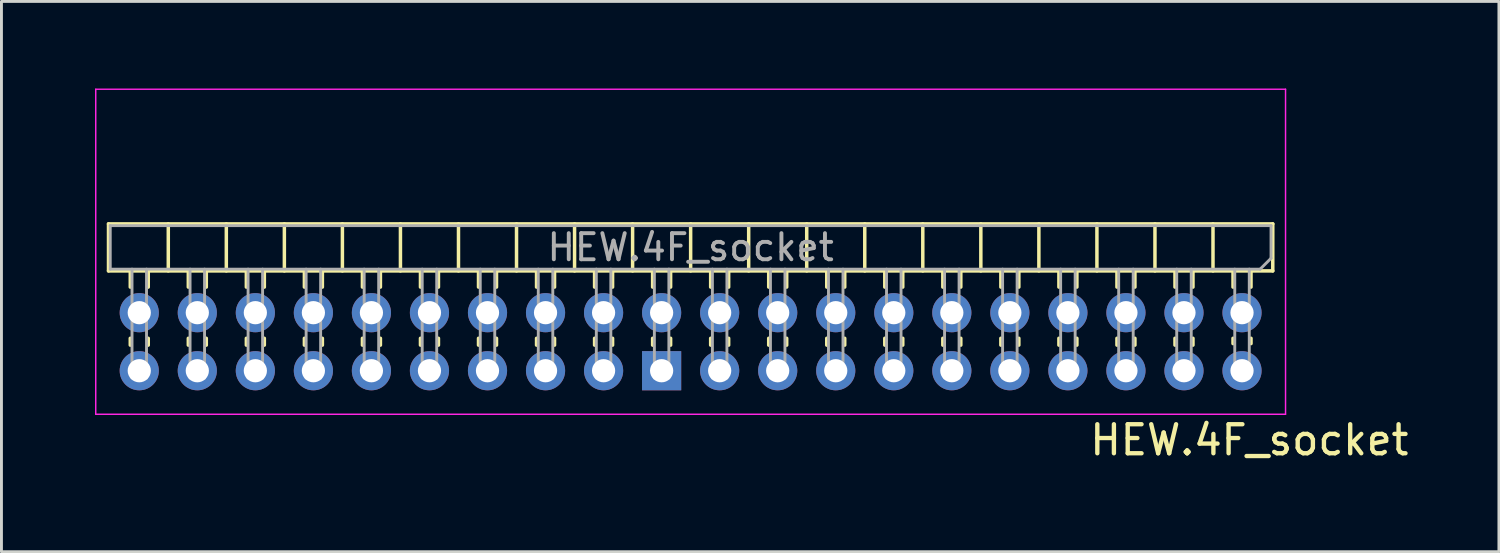
<source format=kicad_pcb>
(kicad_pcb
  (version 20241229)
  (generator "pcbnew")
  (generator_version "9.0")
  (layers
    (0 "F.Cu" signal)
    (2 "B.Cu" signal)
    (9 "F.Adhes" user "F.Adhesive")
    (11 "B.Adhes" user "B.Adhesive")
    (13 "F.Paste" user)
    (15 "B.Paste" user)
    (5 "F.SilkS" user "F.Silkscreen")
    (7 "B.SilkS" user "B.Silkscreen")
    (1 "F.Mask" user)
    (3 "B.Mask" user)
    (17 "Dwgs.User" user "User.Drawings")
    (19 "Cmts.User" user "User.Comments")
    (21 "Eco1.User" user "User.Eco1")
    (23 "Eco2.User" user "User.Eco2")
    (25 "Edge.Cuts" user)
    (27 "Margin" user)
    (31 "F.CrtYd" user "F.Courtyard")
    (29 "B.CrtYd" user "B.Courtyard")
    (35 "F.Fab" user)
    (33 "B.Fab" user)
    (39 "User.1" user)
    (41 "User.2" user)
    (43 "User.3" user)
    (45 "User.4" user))
  (footprint "HEW.4F_socket"
    (layer "F.Cu")
    (at 0.25 11.225)
    (property "Reference" "HEW.4F_socket" (at 39.751 0.889 0) (layer "F.SilkS") (effects (font (size 1 1) (thickness 0.15))))
    (attr through_hole)
    (fp_line (start 0.439 -6.56) (end 40.559 -6.56) (stroke (width 0.12) (type solid)) (layer "F.SilkS"))
    (fp_line (start 0.439 -4.94) (end 0.439 -6.56) (stroke (width 0.12) (type solid)) (layer "F.SilkS"))
    (fp_line (start 1.189 -4.382) (end 1.189 -4.94) (stroke (width 0.12) (type solid)) (layer "F.SilkS"))
    (fp_line (start 1.189 -2.382) (end 1.189 -2.618) (stroke (width 0.12) (type solid)) (layer "F.SilkS"))
    (fp_line (start 1.809 -4.382) (end 1.809 -4.94) (stroke (width 0.12) (type solid)) (layer "F.SilkS"))
    (fp_line (start 1.809 -2.382) (end 1.809 -2.618) (stroke (width 0.12) (type solid)) (layer "F.SilkS"))
    (fp_line (start 2.499 -4.94) (end 2.499 -6.56) (stroke (width 0.12) (type solid)) (layer "F.SilkS"))
    (fp_line (start 3.189 -4.382) (end 3.189 -4.94) (stroke (width 0.12) (type solid)) (layer "F.SilkS"))
    (fp_line (start 3.189 -2.382) (end 3.189 -2.618) (stroke (width 0.12) (type solid)) (layer "F.SilkS"))
    (fp_line (start 3.809 -4.382) (end 3.809 -4.94) (stroke (width 0.12) (type solid)) (layer "F.SilkS"))
    (fp_line (start 3.809 -2.382) (end 3.809 -2.618) (stroke (width 0.12) (type solid)) (layer "F.SilkS"))
    (fp_line (start 4.499 -4.94) (end 4.499 -6.56) (stroke (width 0.12) (type solid)) (layer "F.SilkS"))
    (fp_line (start 5.189 -4.382) (end 5.189 -4.94) (stroke (width 0.12) (type solid)) (layer "F.SilkS"))
    (fp_line (start 5.189 -2.382) (end 5.189 -2.618) (stroke (width 0.12) (type solid)) (layer "F.SilkS"))
    (fp_line (start 5.809 -4.382) (end 5.809 -4.94) (stroke (width 0.12) (type solid)) (layer "F.SilkS"))
    (fp_line (start 5.809 -2.382) (end 5.809 -2.618) (stroke (width 0.12) (type solid)) (layer "F.SilkS"))
    (fp_line (start 6.499 -4.94) (end 6.499 -6.56) (stroke (width 0.12) (type solid)) (layer "F.SilkS"))
    (fp_line (start 7.189 -4.382) (end 7.189 -4.94) (stroke (width 0.12) (type solid)) (layer "F.SilkS"))
    (fp_line (start 7.189 -2.382) (end 7.189 -2.618) (stroke (width 0.12) (type solid)) (layer "F.SilkS"))
    (fp_line (start 7.809 -4.382) (end 7.809 -4.94) (stroke (width 0.12) (type solid)) (layer "F.SilkS"))
    (fp_line (start 7.809 -2.382) (end 7.809 -2.618) (stroke (width 0.12) (type solid)) (layer "F.SilkS"))
    (fp_line (start 8.499 -4.94) (end 8.499 -6.56) (stroke (width 0.12) (type solid)) (layer "F.SilkS"))
    (fp_line (start 9.189 -4.382) (end 9.189 -4.94) (stroke (width 0.12) (type solid)) (layer "F.SilkS"))
    (fp_line (start 9.189 -2.382) (end 9.189 -2.618) (stroke (width 0.12) (type solid)) (layer "F.SilkS"))
    (fp_line (start 9.809 -4.382) (end 9.809 -4.94) (stroke (width 0.12) (type solid)) (layer "F.SilkS"))
    (fp_line (start 9.809 -2.382) (end 9.809 -2.618) (stroke (width 0.12) (type solid)) (layer "F.SilkS"))
    (fp_line (start 10.499 -4.94) (end 10.499 -6.56) (stroke (width 0.12) (type solid)) (layer "F.SilkS"))
    (fp_line (start 11.189 -4.382) (end 11.189 -4.94) (stroke (width 0.12) (type solid)) (layer "F.SilkS"))
    (fp_line (start 11.189 -2.382) (end 11.189 -2.618) (stroke (width 0.12) (type solid)) (layer "F.SilkS"))
    (fp_line (start 11.809 -4.382) (end 11.809 -4.94) (stroke (width 0.12) (type solid)) (layer "F.SilkS"))
    (fp_line (start 11.809 -2.382) (end 11.809 -2.618) (stroke (width 0.12) (type solid)) (layer "F.SilkS"))
    (fp_line (start 12.499 -4.94) (end 12.499 -6.56) (stroke (width 0.12) (type solid)) (layer "F.SilkS"))
    (fp_line (start 13.189 -4.382) (end 13.189 -4.94) (stroke (width 0.12) (type solid)) (layer "F.SilkS"))
    (fp_line (start 13.189 -2.382) (end 13.189 -2.618) (stroke (width 0.12) (type solid)) (layer "F.SilkS"))
    (fp_line (start 13.809 -4.382) (end 13.809 -4.94) (stroke (width 0.12) (type solid)) (layer "F.SilkS"))
    (fp_line (start 13.809 -2.382) (end 13.809 -2.618) (stroke (width 0.12) (type solid)) (layer "F.SilkS"))
    (fp_line (start 14.499 -4.94) (end 14.499 -6.56) (stroke (width 0.12) (type solid)) (layer "F.SilkS"))
    (fp_line (start 15.189 -4.382) (end 15.189 -4.94) (stroke (width 0.12) (type solid)) (layer "F.SilkS"))
    (fp_line (start 15.189 -2.382) (end 15.189 -2.618) (stroke (width 0.12) (type solid)) (layer "F.SilkS"))
    (fp_line (start 15.809 -4.382) (end 15.809 -4.94) (stroke (width 0.12) (type solid)) (layer "F.SilkS"))
    (fp_line (start 15.809 -2.382) (end 15.809 -2.618) (stroke (width 0.12) (type solid)) (layer "F.SilkS"))
    (fp_line (start 16.499 -4.94) (end 16.499 -6.56) (stroke (width 0.12) (type solid)) (layer "F.SilkS"))
    (fp_line (start 17.189 -4.382) (end 17.189 -4.94) (stroke (width 0.12) (type solid)) (layer "F.SilkS"))
    (fp_line (start 17.189 -2.382) (end 17.189 -2.618) (stroke (width 0.12) (type solid)) (layer "F.SilkS"))
    (fp_line (start 17.809 -4.382) (end 17.809 -4.94) (stroke (width 0.12) (type solid)) (layer "F.SilkS"))
    (fp_line (start 17.809 -2.382) (end 17.809 -2.618) (stroke (width 0.12) (type solid)) (layer "F.SilkS"))
    (fp_line (start 18.499 -4.94) (end 18.499 -6.56) (stroke (width 0.12) (type solid)) (layer "F.SilkS"))
    (fp_line (start 19.189 -4.382) (end 19.189 -4.94) (stroke (width 0.12) (type solid)) (layer "F.SilkS"))
    (fp_line (start 19.189 -2.382) (end 19.189 -2.618) (stroke (width 0.12) (type solid)) (layer "F.SilkS"))
    (fp_line (start 19.809 -4.382) (end 19.809 -4.94) (stroke (width 0.12) (type solid)) (layer "F.SilkS"))
    (fp_line (start 19.809 -2.382) (end 19.809 -2.618) (stroke (width 0.12) (type solid)) (layer "F.SilkS"))
    (fp_line (start 20.499 -4.94) (end 20.499 -6.56) (stroke (width 0.12) (type solid)) (layer "F.SilkS"))
    (fp_line (start 21.189 -4.382) (end 21.189 -4.94) (stroke (width 0.12) (type solid)) (layer "F.SilkS"))
    (fp_line (start 21.189 -2.382) (end 21.189 -2.618) (stroke (width 0.12) (type solid)) (layer "F.SilkS"))
    (fp_line (start 21.809 -4.382) (end 21.809 -4.94) (stroke (width 0.12) (type solid)) (layer "F.SilkS"))
    (fp_line (start 21.809 -2.382) (end 21.809 -2.618) (stroke (width 0.12) (type solid)) (layer "F.SilkS"))
    (fp_line (start 22.499 -4.94) (end 22.499 -6.56) (stroke (width 0.12) (type solid)) (layer "F.SilkS"))
    (fp_line (start 23.189 -4.382) (end 23.189 -4.94) (stroke (width 0.12) (type solid)) (layer "F.SilkS"))
    (fp_line (start 23.189 -2.382) (end 23.189 -2.618) (stroke (width 0.12) (type solid)) (layer "F.SilkS"))
    (fp_line (start 23.809 -4.382) (end 23.809 -4.94) (stroke (width 0.12) (type solid)) (layer "F.SilkS"))
    (fp_line (start 23.809 -2.382) (end 23.809 -2.618) (stroke (width 0.12) (type solid)) (layer "F.SilkS"))
    (fp_line (start 24.499 -4.94) (end 24.499 -6.56) (stroke (width 0.12) (type solid)) (layer "F.SilkS"))
    (fp_line (start 25.189 -4.382) (end 25.189 -4.94) (stroke (width 0.12) (type solid)) (layer "F.SilkS"))
    (fp_line (start 25.189 -2.382) (end 25.189 -2.618) (stroke (width 0.12) (type solid)) (layer "F.SilkS"))
    (fp_line (start 25.809 -4.382) (end 25.809 -4.94) (stroke (width 0.12) (type solid)) (layer "F.SilkS"))
    (fp_line (start 25.809 -2.382) (end 25.809 -2.618) (stroke (width 0.12) (type solid)) (layer "F.SilkS"))
    (fp_line (start 26.499 -4.94) (end 26.499 -6.56) (stroke (width 0.12) (type solid)) (layer "F.SilkS"))
    (fp_line (start 27.189 -4.382) (end 27.189 -4.94) (stroke (width 0.12) (type solid)) (layer "F.SilkS"))
    (fp_line (start 27.189 -2.382) (end 27.189 -2.618) (stroke (width 0.12) (type solid)) (layer "F.SilkS"))
    (fp_line (start 27.809 -4.382) (end 27.809 -4.94) (stroke (width 0.12) (type solid)) (layer "F.SilkS"))
    (fp_line (start 27.809 -2.382) (end 27.809 -2.618) (stroke (width 0.12) (type solid)) (layer "F.SilkS"))
    (fp_line (start 28.499 -4.94) (end 28.499 -6.56) (stroke (width 0.12) (type solid)) (layer "F.SilkS"))
    (fp_line (start 29.189 -4.382) (end 29.189 -4.94) (stroke (width 0.12) (type solid)) (layer "F.SilkS"))
    (fp_line (start 29.189 -2.382) (end 29.189 -2.618) (stroke (width 0.12) (type solid)) (layer "F.SilkS"))
    (fp_line (start 29.809 -4.382) (end 29.809 -4.94) (stroke (width 0.12) (type solid)) (layer "F.SilkS"))
    (fp_line (start 29.809 -2.382) (end 29.809 -2.618) (stroke (width 0.12) (type solid)) (layer "F.SilkS"))
    (fp_line (start 30.499 -4.94) (end 30.499 -6.56) (stroke (width 0.12) (type solid)) (layer "F.SilkS"))
    (fp_line (start 31.189 -4.382) (end 31.189 -4.94) (stroke (width 0.12) (type solid)) (layer "F.SilkS"))
    (fp_line (start 31.189 -2.382) (end 31.189 -2.618) (stroke (width 0.12) (type solid)) (layer "F.SilkS"))
    (fp_line (start 31.809 -4.382) (end 31.809 -4.94) (stroke (width 0.12) (type solid)) (layer "F.SilkS"))
    (fp_line (start 31.809 -2.382) (end 31.809 -2.618) (stroke (width 0.12) (type solid)) (layer "F.SilkS"))
    (fp_line (start 32.499 -4.94) (end 32.499 -6.56) (stroke (width 0.12) (type solid)) (layer "F.SilkS"))
    (fp_line (start 33.189 -4.382) (end 33.189 -4.94) (stroke (width 0.12) (type solid)) (layer "F.SilkS"))
    (fp_line (start 33.189 -2.382) (end 33.189 -2.618) (stroke (width 0.12) (type solid)) (layer "F.SilkS"))
    (fp_line (start 33.809 -4.382) (end 33.809 -4.94) (stroke (width 0.12) (type solid)) (layer "F.SilkS"))
    (fp_line (start 33.809 -2.382) (end 33.809 -2.618) (stroke (width 0.12) (type solid)) (layer "F.SilkS"))
    (fp_line (start 34.499 -4.94) (end 34.499 -6.56) (stroke (width 0.12) (type solid)) (layer "F.SilkS"))
    (fp_line (start 35.189 -4.382) (end 35.189 -4.94) (stroke (width 0.12) (type solid)) (layer "F.SilkS"))
    (fp_line (start 35.189 -2.382) (end 35.189 -2.618) (stroke (width 0.12) (type solid)) (layer "F.SilkS"))
    (fp_line (start 35.809 -4.382) (end 35.809 -4.94) (stroke (width 0.12) (type solid)) (layer "F.SilkS"))
    (fp_line (start 35.809 -2.382) (end 35.809 -2.618) (stroke (width 0.12) (type solid)) (layer "F.SilkS"))
    (fp_line (start 36.499 -4.94) (end 36.499 -6.56) (stroke (width 0.12) (type solid)) (layer "F.SilkS"))
    (fp_line (start 37.189 -4.382) (end 37.189 -4.94) (stroke (width 0.12) (type solid)) (layer "F.SilkS"))
    (fp_line (start 37.189 -2.382) (end 37.189 -2.618) (stroke (width 0.12) (type solid)) (layer "F.SilkS"))
    (fp_line (start 37.809 -4.382) (end 37.809 -4.94) (stroke (width 0.12) (type solid)) (layer "F.SilkS"))
    (fp_line (start 37.809 -2.382) (end 37.809 -2.618) (stroke (width 0.12) (type solid)) (layer "F.SilkS"))
    (fp_line (start 38.499 -4.94) (end 38.499 -6.56) (stroke (width 0.12) (type solid)) (layer "F.SilkS"))
    (fp_line (start 39.189 -4.382) (end 39.189 -4.94) (stroke (width 0.12) (type solid)) (layer "F.SilkS"))
    (fp_line (start 39.189 -2.435) (end 39.189 -2.618) (stroke (width 0.12) (type solid)) (layer "F.SilkS"))
    (fp_line (start 39.809 -4.382) (end 39.809 -4.94) (stroke (width 0.12) (type solid)) (layer "F.SilkS"))
    (fp_line (start 39.809 -2.435) (end 39.809 -2.618) (stroke (width 0.12) (type solid)) (layer "F.SilkS"))
    (fp_line (start 40.559 -6.56) (end 40.559 -4.94) (stroke (width 0.12) (type solid)) (layer "F.SilkS"))
    (fp_line (start 40.559 -4.94) (end 0.439 -4.94) (stroke (width 0.12) (type solid)) (layer "F.SilkS"))
    (fp_line (start -0.001 -11.2) (end 40.999 -11.2) (stroke (width 0.05) (type solid)) (layer "F.CrtYd"))
    (fp_line (start -0.001 0) (end -0.001 -11.2) (stroke (width 0.05) (type solid)) (layer "F.CrtYd"))
    (fp_line (start 40.999 -11.2) (end 40.999 0) (stroke (width 0.05) (type solid)) (layer "F.CrtYd"))
    (fp_line (start 40.999 0) (end -0.001 0) (stroke (width 0.05) (type solid)) (layer "F.CrtYd"))
    (fp_line (start 0.499 -6.5) (end 0.499 -5) (stroke (width 0.1) (type solid)) (layer "F.Fab"))
    (fp_line (start 0.499 -5) (end 40.124 -5) (stroke (width 0.1) (type solid)) (layer "F.Fab"))
    (fp_line (start 1.249 -1.25) (end 1.249 -5) (stroke (width 0.1) (type solid)) (layer "F.Fab"))
    (fp_line (start 1.749 -1.25) (end 1.249 -1.25) (stroke (width 0.1) (type solid)) (layer "F.Fab"))
    (fp_line (start 1.749 -1.25) (end 1.749 -5) (stroke (width 0.1) (type solid)) (layer "F.Fab"))
    (fp_line (start 3.249 -1.25) (end 3.249 -5) (stroke (width 0.1) (type solid)) (layer "F.Fab"))
    (fp_line (start 3.749 -1.25) (end 3.249 -1.25) (stroke (width 0.1) (type solid)) (layer "F.Fab"))
    (fp_line (start 3.749 -1.25) (end 3.749 -5) (stroke (width 0.1) (type solid)) (layer "F.Fab"))
    (fp_line (start 5.249 -1.25) (end 5.249 -5) (stroke (width 0.1) (type solid)) (layer "F.Fab"))
    (fp_line (start 5.749 -1.25) (end 5.249 -1.25) (stroke (width 0.1) (type solid)) (layer "F.Fab"))
    (fp_line (start 5.749 -1.25) (end 5.749 -5) (stroke (width 0.1) (type solid)) (layer "F.Fab"))
    (fp_line (start 7.249 -1.25) (end 7.249 -5) (stroke (width 0.1) (type solid)) (layer "F.Fab"))
    (fp_line (start 7.749 -1.25) (end 7.249 -1.25) (stroke (width 0.1) (type solid)) (layer "F.Fab"))
    (fp_line (start 7.749 -1.25) (end 7.749 -5) (stroke (width 0.1) (type solid)) (layer "F.Fab"))
    (fp_line (start 9.249 -1.25) (end 9.249 -5) (stroke (width 0.1) (type solid)) (layer "F.Fab"))
    (fp_line (start 9.749 -1.25) (end 9.249 -1.25) (stroke (width 0.1) (type solid)) (layer "F.Fab"))
    (fp_line (start 9.749 -1.25) (end 9.749 -5) (stroke (width 0.1) (type solid)) (layer "F.Fab"))
    (fp_line (start 11.249 -1.25) (end 11.249 -5) (stroke (width 0.1) (type solid)) (layer "F.Fab"))
    (fp_line (start 11.749 -1.25) (end 11.249 -1.25) (stroke (width 0.1) (type solid)) (layer "F.Fab"))
    (fp_line (start 11.749 -1.25) (end 11.749 -5) (stroke (width 0.1) (type solid)) (layer "F.Fab"))
    (fp_line (start 13.249 -1.25) (end 13.249 -5) (stroke (width 0.1) (type solid)) (layer "F.Fab"))
    (fp_line (start 13.749 -1.25) (end 13.249 -1.25) (stroke (width 0.1) (type solid)) (layer "F.Fab"))
    (fp_line (start 13.749 -1.25) (end 13.749 -5) (stroke (width 0.1) (type solid)) (layer "F.Fab"))
    (fp_line (start 15.249 -1.25) (end 15.249 -5) (stroke (width 0.1) (type solid)) (layer "F.Fab"))
    (fp_line (start 15.749 -1.25) (end 15.249 -1.25) (stroke (width 0.1) (type solid)) (layer "F.Fab"))
    (fp_line (start 15.749 -1.25) (end 15.749 -5) (stroke (width 0.1) (type solid)) (layer "F.Fab"))
    (fp_line (start 17.249 -1.25) (end 17.249 -5) (stroke (width 0.1) (type solid)) (layer "F.Fab"))
    (fp_line (start 17.749 -1.25) (end 17.249 -1.25) (stroke (width 0.1) (type solid)) (layer "F.Fab"))
    (fp_line (start 17.749 -1.25) (end 17.749 -5) (stroke (width 0.1) (type solid)) (layer "F.Fab"))
    (fp_line (start 19.249 -1.25) (end 19.249 -5) (stroke (width 0.1) (type solid)) (layer "F.Fab"))
    (fp_line (start 19.749 -1.25) (end 19.249 -1.25) (stroke (width 0.1) (type solid)) (layer "F.Fab"))
    (fp_line (start 19.749 -1.25) (end 19.749 -5) (stroke (width 0.1) (type solid)) (layer "F.Fab"))
    (fp_line (start 21.249 -1.25) (end 21.249 -5) (stroke (width 0.1) (type solid)) (layer "F.Fab"))
    (fp_line (start 21.749 -1.25) (end 21.249 -1.25) (stroke (width 0.1) (type solid)) (layer "F.Fab"))
    (fp_line (start 21.749 -1.25) (end 21.749 -5) (stroke (width 0.1) (type solid)) (layer "F.Fab"))
    (fp_line (start 23.249 -1.25) (end 23.249 -5) (stroke (width 0.1) (type solid)) (layer "F.Fab"))
    (fp_line (start 23.749 -1.25) (end 23.249 -1.25) (stroke (width 0.1) (type solid)) (layer "F.Fab"))
    (fp_line (start 23.749 -1.25) (end 23.749 -5) (stroke (width 0.1) (type solid)) (layer "F.Fab"))
    (fp_line (start 25.249 -1.25) (end 25.249 -5) (stroke (width 0.1) (type solid)) (layer "F.Fab"))
    (fp_line (start 25.749 -1.25) (end 25.249 -1.25) (stroke (width 0.1) (type solid)) (layer "F.Fab"))
    (fp_line (start 25.749 -1.25) (end 25.749 -5) (stroke (width 0.1) (type solid)) (layer "F.Fab"))
    (fp_line (start 27.249 -1.25) (end 27.249 -5) (stroke (width 0.1) (type solid)) (layer "F.Fab"))
    (fp_line (start 27.749 -1.25) (end 27.249 -1.25) (stroke (width 0.1) (type solid)) (layer "F.Fab"))
    (fp_line (start 27.749 -1.25) (end 27.749 -5) (stroke (width 0.1) (type solid)) (layer "F.Fab"))
    (fp_line (start 29.249 -1.25) (end 29.249 -5) (stroke (width 0.1) (type solid)) (layer "F.Fab"))
    (fp_line (start 29.749 -1.25) (end 29.249 -1.25) (stroke (width 0.1) (type solid)) (layer "F.Fab"))
    (fp_line (start 29.749 -1.25) (end 29.749 -5) (stroke (width 0.1) (type solid)) (layer "F.Fab"))
    (fp_line (start 31.249 -1.25) (end 31.249 -5) (stroke (width 0.1) (type solid)) (layer "F.Fab"))
    (fp_line (start 31.749 -1.25) (end 31.249 -1.25) (stroke (width 0.1) (type solid)) (layer "F.Fab"))
    (fp_line (start 31.749 -1.25) (end 31.749 -5) (stroke (width 0.1) (type solid)) (layer "F.Fab"))
    (fp_line (start 33.249 -1.25) (end 33.249 -5) (stroke (width 0.1) (type solid)) (layer "F.Fab"))
    (fp_line (start 33.749 -1.25) (end 33.249 -1.25) (stroke (width 0.1) (type solid)) (layer "F.Fab"))
    (fp_line (start 33.749 -1.25) (end 33.749 -5) (stroke (width 0.1) (type solid)) (layer "F.Fab"))
    (fp_line (start 35.249 -1.25) (end 35.249 -5) (stroke (width 0.1) (type solid)) (layer "F.Fab"))
    (fp_line (start 35.749 -1.25) (end 35.249 -1.25) (stroke (width 0.1) (type solid)) (layer "F.Fab"))
    (fp_line (start 35.749 -1.25) (end 35.749 -5) (stroke (width 0.1) (type solid)) (layer "F.Fab"))
    (fp_line (start 37.249 -1.25) (end 37.249 -5) (stroke (width 0.1) (type solid)) (layer "F.Fab"))
    (fp_line (start 37.749 -1.25) (end 37.249 -1.25) (stroke (width 0.1) (type solid)) (layer "F.Fab"))
    (fp_line (start 37.749 -1.25) (end 37.749 -5) (stroke (width 0.1) (type solid)) (layer "F.Fab"))
    (fp_line (start 39.249 -1.25) (end 39.249 -5) (stroke (width 0.1) (type solid)) (layer "F.Fab"))
    (fp_line (start 39.749 -1.25) (end 39.249 -1.25) (stroke (width 0.1) (type solid)) (layer "F.Fab"))
    (fp_line (start 39.749 -1.25) (end 39.749 -5) (stroke (width 0.1) (type solid)) (layer "F.Fab"))
    (fp_line (start 40.124 -5) (end 40.499 -5.375) (stroke (width 0.1) (type solid)) (layer "F.Fab"))
    (fp_line (start 40.499 -6.5) (end 0.499 -6.5) (stroke (width 0.1) (type solid)) (layer "F.Fab"))
    (fp_line (start 40.499 -5.375) (end 40.499 -6.5) (stroke (width 0.1) (type solid)) (layer "F.Fab"))
    (fp_text user "${REFERENCE}" (at 20.499 -5.75 180) (layer "F.Fab") (effects (font (size 0.9 0.9) (thickness 0.135))))
    (pad "1" thru_hole rect (at 19.499 -1.5 270) (size 1.35 1.35) (drill 0.8) (layers "*.Cu" "*.Mask"))
    (pad "2" thru_hole oval (at 17.499 -1.5 270) (size 1.35 1.35) (drill 0.8) (layers "*.Cu" "*.Mask"))
    (pad "3" thru_hole oval (at 15.499 -1.5 270) (size 1.35 1.35) (drill 0.8) (layers "*.Cu" "*.Mask"))
    (pad "4" thru_hole oval (at 13.499 -1.5 270) (size 1.35 1.35) (drill 0.8) (layers "*.Cu" "*.Mask"))
    (pad "5" thru_hole oval (at 11.499 -1.5 270) (size 1.35 1.35) (drill 0.8) (layers "*.Cu" "*.Mask"))
    (pad "6" thru_hole oval (at 9.499 -1.5 270) (size 1.35 1.35) (drill 0.8) (layers "*.Cu" "*.Mask"))
    (pad "7" thru_hole oval (at 7.499 -1.5 270) (size 1.35 1.35) (drill 0.8) (layers "*.Cu" "*.Mask"))
    (pad "8" thru_hole oval (at 5.499 -1.5 270) (size 1.35 1.35) (drill 0.8) (layers "*.Cu" "*.Mask"))
    (pad "9" thru_hole oval (at 3.499 -1.5 270) (size 1.35 1.35) (drill 0.8) (layers "*.Cu" "*.Mask"))
    (pad "10" thru_hole oval (at 1.499 -1.5 270) (size 1.35 1.35) (drill 0.8) (layers "*.Cu" "*.Mask"))
    (pad "11" thru_hole oval (at 39.499 -1.5 270) (size 1.35 1.35) (drill 0.8) (layers "*.Cu" "*.Mask"))
    (pad "12" thru_hole oval (at 37.499 -1.5 270) (size 1.35 1.35) (drill 0.8) (layers "*.Cu" "*.Mask"))
    (pad "13" thru_hole oval (at 35.499 -1.5 270) (size 1.35 1.35) (drill 0.8) (layers "*.Cu" "*.Mask"))
    (pad "14" thru_hole oval (at 33.499 -1.5 270) (size 1.35 1.35) (drill 0.8) (layers "*.Cu" "*.Mask"))
    (pad "15" thru_hole oval (at 31.499 -1.5 270) (size 1.35 1.35) (drill 0.8) (layers "*.Cu" "*.Mask"))
    (pad "16" thru_hole oval (at 29.499 -1.5 270) (size 1.35 1.35) (drill 0.8) (layers "*.Cu" "*.Mask"))
    (pad "17" thru_hole oval (at 27.499 -1.5 270) (size 1.35 1.35) (drill 0.8) (layers "*.Cu" "*.Mask"))
    (pad "18" thru_hole oval (at 25.499 -1.5 270) (size 1.35 1.35) (drill 0.8) (layers "*.Cu" "*.Mask"))
    (pad "19" thru_hole oval (at 23.499 -1.5 270) (size 1.35 1.35) (drill 0.8) (layers "*.Cu" "*.Mask"))
    (pad "20" thru_hole oval (at 21.499 -1.5 270) (size 1.35 1.35) (drill 0.8) (layers "*.Cu" "*.Mask"))
    (pad "21" thru_hole oval (at 21.499 -3.5 270) (size 1.35 1.35) (drill 0.8) (layers "*.Cu" "*.Mask"))
    (pad "22" thru_hole oval (at 19.499 -3.5 270) (size 1.35 1.35) (drill 0.8) (layers "*.Cu" "*.Mask"))
    (pad "23" thru_hole oval (at 17.499 -3.5 180) (size 1.35 1.35) (drill 0.8) (layers "*.Cu" "*.Mask"))
    (pad "24" thru_hole oval (at 15.499 -3.5 270) (size 1.35 1.35) (drill 0.8) (layers "*.Cu" "*.Mask"))
    (pad "25" thru_hole oval (at 13.499 -3.5 270) (size 1.35 1.35) (drill 0.8) (layers "*.Cu" "*.Mask"))
    (pad "26" thru_hole oval (at 11.499 -3.5 270) (size 1.35 1.35) (drill 0.8) (layers "*.Cu" "*.Mask"))
    (pad "27" thru_hole oval (at 9.499 -3.5 270) (size 1.35 1.35) (drill 0.8) (layers "*.Cu" "*.Mask"))
    (pad "28" thru_hole oval (at 33.499 -3.5 270) (size 1.35 1.35) (drill 0.8) (layers "*.Cu" "*.Mask"))
    (pad "29" thru_hole oval (at 31.499 -3.5 270) (size 1.35 1.35) (drill 0.8) (layers "*.Cu" "*.Mask"))
    (pad "30" thru_hole oval (at 29.499 -3.5 270) (size 1.35 1.35) (drill 0.8) (layers "*.Cu" "*.Mask"))
    (pad "31" thru_hole oval (at 27.499 -3.5 270) (size 1.35 1.35) (drill 0.8) (layers "*.Cu" "*.Mask"))
    (pad "32" thru_hole oval (at 25.499 -3.5 270) (size 1.35 1.35) (drill 0.8) (layers "*.Cu" "*.Mask"))
    (pad "33" thru_hole oval (at 23.499 -3.5 270) (size 1.35 1.35) (drill 0.8) (layers "*.Cu" "*.Mask"))
    (pad "34" thru_hole oval (at 7.499 -3.5 270) (size 1.35 1.35) (drill 0.8) (layers "*.Cu" "*.Mask"))
    (pad "35" thru_hole oval (at 5.499 -3.5 270) (size 1.35 1.35) (drill 0.8) (layers "*.Cu" "*.Mask"))
    (pad "36" thru_hole oval (at 3.499 -3.5 270) (size 1.35 1.35) (drill 0.8) (layers "*.Cu" "*.Mask"))
    (pad "37" thru_hole oval (at 1.499 -3.5 270) (size 1.35 1.35) (drill 0.8) (layers "*.Cu" "*.Mask"))
    (pad "38" thru_hole oval (at 39.499 -3.5 270) (size 1.35 1.35) (drill 0.8) (layers "*.Cu" "*.Mask"))
    (pad "39" thru_hole oval (at 37.499 -3.5 270) (size 1.35 1.35) (drill 0.8) (layers "*.Cu" "*.Mask"))
    (pad "40" thru_hole oval (at 35.499 -3.5 270) (size 1.35 1.35) (drill 0.8) (layers "*.Cu" "*.Mask")))
  (gr_rect
    (start -3 -3)
    (end 48.602 15.962)
    (stroke (width 0.1) (type default))
    (fill no)
    (layer "Edge.Cuts")))
</source>
